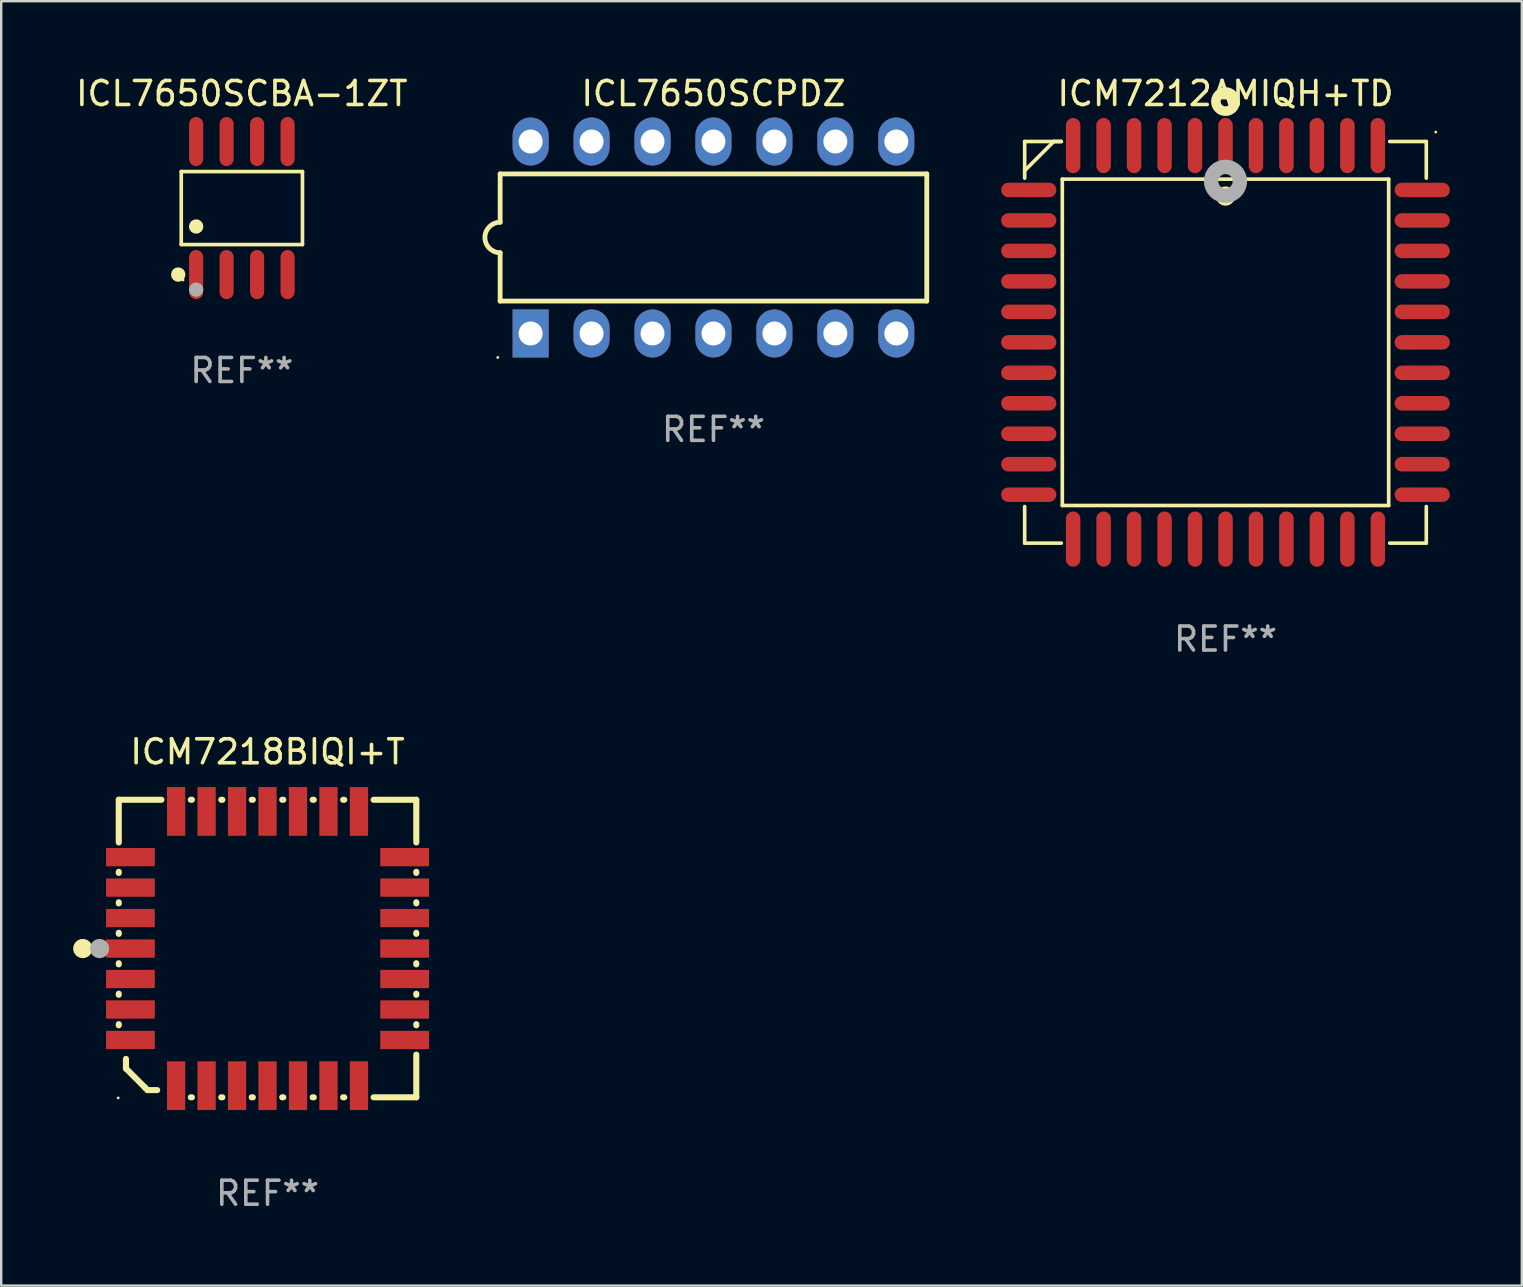
<source format=kicad_pcb>
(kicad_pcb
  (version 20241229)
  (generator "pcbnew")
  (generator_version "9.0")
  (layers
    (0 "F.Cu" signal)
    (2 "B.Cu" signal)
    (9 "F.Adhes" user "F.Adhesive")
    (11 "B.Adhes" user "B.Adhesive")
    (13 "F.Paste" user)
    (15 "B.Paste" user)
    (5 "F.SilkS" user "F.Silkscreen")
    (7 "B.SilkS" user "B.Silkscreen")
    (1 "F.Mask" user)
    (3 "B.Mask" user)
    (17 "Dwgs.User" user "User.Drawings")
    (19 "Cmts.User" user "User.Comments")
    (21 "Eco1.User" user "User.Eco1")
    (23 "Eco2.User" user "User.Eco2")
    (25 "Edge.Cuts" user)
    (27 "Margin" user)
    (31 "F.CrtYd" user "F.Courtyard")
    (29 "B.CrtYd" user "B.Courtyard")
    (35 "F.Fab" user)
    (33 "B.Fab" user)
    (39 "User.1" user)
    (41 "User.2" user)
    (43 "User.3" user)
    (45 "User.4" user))
  (footprint "ICL7650SCPDZ"
    (layer "F.Cu")
    (at 26.685 6.848)
    (property "Reference" "ICL7650SCPDZ" (at 0 -6 0) (layer "F.SilkS") (effects (font (size 1 1) (thickness 0.15))))
    (attr through_hole)
    (fp_line (start -8.89 -2.65) (end -8.89 -0.635) (stroke (width 0.2) (type solid)) (layer "F.SilkS"))
    (fp_line (start -8.89 0.635) (end -8.89 2.65) (stroke (width 0.2) (type solid)) (layer "F.SilkS"))
    (fp_line (start -8.89 2.65) (end 8.89 2.65) (stroke (width 0.2) (type solid)) (layer "F.SilkS"))
    (fp_line (start 8.89 -2.65) (end -8.89 -2.65) (stroke (width 0.2) (type solid)) (layer "F.SilkS"))
    (fp_line (start 8.89 2.65) (end 8.89 -2.65) (stroke (width 0.2) (type solid)) (layer "F.SilkS"))
    (fp_arc (start -8.890018 0.635001) (mid -9.525019 0) (end -8.890018 -0.635001) (stroke (width 0.2) (type solid)) (layer "F.SilkS"))
    (fp_circle (center -8.99 5) (end -8.96 5) (stroke (width 0.06) (type solid)) (fill no) (layer "F.SilkS"))
    (fp_text user "REF**" (at 0 8 0) (layer "F.Fab") (effects (font (size 1 1) (thickness 0.15))))
    (pad "1" thru_hole rect (at -7.62 4 90) (size 2 1.5) (drill 1) (layers "*.Cu" "*.Mask"))
    (pad "2" thru_hole oval (at -5.08 4 90) (size 2 1.5) (drill 1) (layers "*.Cu" "*.Mask"))
    (pad "3" thru_hole oval (at -2.54 4 90) (size 2 1.5) (drill 1) (layers "*.Cu" "*.Mask"))
    (pad "4" thru_hole oval (at 0 4 90) (size 2 1.5) (drill 1) (layers "*.Cu" "*.Mask"))
    (pad "5" thru_hole oval (at 2.54 4 90) (size 2 1.5) (drill 1) (layers "*.Cu" "*.Mask"))
    (pad "6" thru_hole oval (at 5.08 4 90) (size 2 1.5) (drill 1) (layers "*.Cu" "*.Mask"))
    (pad "7" thru_hole oval (at 7.62 4 90) (size 2 1.5) (drill 1) (layers "*.Cu" "*.Mask"))
    (pad "8" thru_hole oval (at 7.62 -4 90) (size 2 1.5) (drill 1) (layers "*.Cu" "*.Mask"))
    (pad "9" thru_hole oval (at 5.08 -4 90) (size 2 1.5) (drill 1) (layers "*.Cu" "*.Mask"))
    (pad "10" thru_hole oval (at 2.54 -4 90) (size 2 1.5) (drill 1) (layers "*.Cu" "*.Mask"))
    (pad "11" thru_hole oval (at 0 -4 90) (size 2 1.5) (drill 1) (layers "*.Cu" "*.Mask"))
    (pad "12" thru_hole oval (at -2.54 -4 90) (size 2 1.5) (drill 1) (layers "*.Cu" "*.Mask"))
    (pad "13" thru_hole oval (at -5.08 -4 90) (size 2 1.5) (drill 1) (layers "*.Cu" "*.Mask"))
    (pad "14" thru_hole oval (at -7.62 -4 90) (size 2 1.5) (drill 1) (layers "*.Cu" "*.Mask")))
  (footprint "ICM7212AMIQH+TD"
    (layer "F.Cu")
    (at 48.025 11.217)
    (property "Reference" "ICM7212AMIQH+TD" (at 0 -10.369 0) (layer "F.SilkS") (effects (font (size 1 1) (thickness 0.15))))
    (attr through_hole)
    (fp_line (start -8.369 -8.369) (end -8.369 -6.843) (stroke (width 0.152) (type solid)) (layer "F.SilkS"))
    (fp_line (start -8.369 8.369) (end -8.369 6.843) (stroke (width 0.152) (type solid)) (layer "F.SilkS"))
    (fp_line (start -7.156 -8.369) (end -8.369 -7.156) (stroke (width 0.152) (type solid)) (layer "F.SilkS"))
    (fp_line (start -6.843 -8.369) (end -8.369 -8.369) (stroke (width 0.152) (type solid)) (layer "F.SilkS"))
    (fp_line (start -6.843 -8.369) (end -7.156 -8.369) (stroke (width 0.152) (type solid)) (layer "F.SilkS"))
    (fp_line (start -6.843 8.369) (end -8.369 8.369) (stroke (width 0.152) (type solid)) (layer "F.SilkS"))
    (fp_line (start -6.801 -6.801) (end 6.801 -6.801) (stroke (width 0.152) (type solid)) (layer "F.SilkS"))
    (fp_line (start -6.801 6.801) (end -6.801 -6.801) (stroke (width 0.152) (type solid)) (layer "F.SilkS"))
    (fp_line (start 6.801 -6.801) (end 6.801 6.801) (stroke (width 0.152) (type solid)) (layer "F.SilkS"))
    (fp_line (start 6.801 6.801) (end -6.801 6.801) (stroke (width 0.152) (type solid)) (layer "F.SilkS"))
    (fp_line (start 6.843 -8.369) (end 8.369 -8.369) (stroke (width 0.152) (type solid)) (layer "F.SilkS"))
    (fp_line (start 6.843 8.369) (end 8.369 8.369) (stroke (width 0.152) (type solid)) (layer "F.SilkS"))
    (fp_line (start 8.369 -8.369) (end 8.369 -6.843) (stroke (width 0.152) (type solid)) (layer "F.SilkS"))
    (fp_line (start 8.369 8.369) (end 8.369 6.843) (stroke (width 0.152) (type solid)) (layer "F.SilkS"))
    (fp_circle (center -0.000013 -6.096) (end 0.2 -6.096) (stroke (width 0.4) (type solid)) (fill no) (layer "F.SilkS"))
    (fp_circle (center 0.000114 -10.033) (end 0.2 -10.033) (stroke (width 0.4) (type solid)) (fill no) (layer "F.SilkS"))
    (fp_circle (center 8.763 -8.763) (end 8.793 -8.763) (stroke (width 0.06) (type solid)) (fill no) (layer "F.SilkS"))
    (fp_circle (center 0.000114 -6.712) (end 0.3 -6.712) (stroke (width 0.6) (type solid)) (fill no) (layer "F.Fab"))
    (fp_text user "REF**" (at 0 12.369 0) (layer "F.Fab") (effects (font (size 1 1) (thickness 0.15))))
    (pad "1" smd oval (at 0.000114 -8.2) (size 0.604 2.3) (layers "F.Cu" "F.Mask" "F.Paste"))
    (pad "2" smd oval (at -1.27 -8.2) (size 0.604 2.3) (layers "F.Cu" "F.Mask" "F.Paste"))
    (pad "3" smd oval (at -2.54 -8.2) (size 0.604 2.3) (layers "F.Cu" "F.Mask" "F.Paste"))
    (pad "4" smd oval (at -3.81 -8.2) (size 0.604 2.3) (layers "F.Cu" "F.Mask" "F.Paste"))
    (pad "5" smd oval (at -5.08 -8.2) (size 0.604 2.3) (layers "F.Cu" "F.Mask" "F.Paste"))
    (pad "6" smd oval (at -6.35 -8.2) (size 0.604 2.3) (layers "F.Cu" "F.Mask" "F.Paste"))
    (pad "7" smd oval (at -8.2 -6.35) (size 2.3 0.604) (layers "F.Cu" "F.Mask" "F.Paste"))
    (pad "8" smd oval (at -8.2 -5.08) (size 2.3 0.604) (layers "F.Cu" "F.Mask" "F.Paste"))
    (pad "9" smd oval (at -8.2 -3.81) (size 2.3 0.604) (layers "F.Cu" "F.Mask" "F.Paste"))
    (pad "10" smd oval (at -8.2 -2.54) (size 2.3 0.604) (layers "F.Cu" "F.Mask" "F.Paste"))
    (pad "11" smd oval (at -8.2 -1.27) (size 2.3 0.604) (layers "F.Cu" "F.Mask" "F.Paste"))
    (pad "12" smd oval (at -8.2 0.000127) (size 2.3 0.604) (layers "F.Cu" "F.Mask" "F.Paste"))
    (pad "13" smd oval (at -8.2 1.27) (size 2.3 0.604) (layers "F.Cu" "F.Mask" "F.Paste"))
    (pad "14" smd oval (at -8.2 2.54) (size 2.3 0.604) (layers "F.Cu" "F.Mask" "F.Paste"))
    (pad "15" smd oval (at -8.2 3.81) (size 2.3 0.604) (layers "F.Cu" "F.Mask" "F.Paste"))
    (pad "16" smd oval (at -8.2 5.08) (size 2.3 0.604) (layers "F.Cu" "F.Mask" "F.Paste"))
    (pad "17" smd oval (at -8.2 6.35) (size 2.3 0.604) (layers "F.Cu" "F.Mask" "F.Paste"))
    (pad "18" smd oval (at -6.35 8.2) (size 0.604 2.3) (layers "F.Cu" "F.Mask" "F.Paste"))
    (pad "19" smd oval (at -5.08 8.2) (size 0.604 2.3) (layers "F.Cu" "F.Mask" "F.Paste"))
    (pad "20" smd oval (at -3.81 8.2) (size 0.604 2.3) (layers "F.Cu" "F.Mask" "F.Paste"))
    (pad "21" smd oval (at -2.54 8.2) (size 0.604 2.3) (layers "F.Cu" "F.Mask" "F.Paste"))
    (pad "22" smd oval (at -1.27 8.2) (size 0.604 2.3) (layers "F.Cu" "F.Mask" "F.Paste"))
    (pad "23" smd oval (at 0.000114 8.2) (size 0.604 2.3) (layers "F.Cu" "F.Mask" "F.Paste"))
    (pad "24" smd oval (at 1.27 8.2) (size 0.604 2.3) (layers "F.Cu" "F.Mask" "F.Paste"))
    (pad "25" smd oval (at 2.54 8.2) (size 0.604 2.3) (layers "F.Cu" "F.Mask" "F.Paste"))
    (pad "26" smd oval (at 3.81 8.2) (size 0.604 2.3) (layers "F.Cu" "F.Mask" "F.Paste"))
    (pad "27" smd oval (at 5.08 8.2) (size 0.604 2.3) (layers "F.Cu" "F.Mask" "F.Paste"))
    (pad "28" smd oval (at 6.35 8.2) (size 0.604 2.3) (layers "F.Cu" "F.Mask" "F.Paste"))
    (pad "29" smd oval (at 8.2 6.35) (size 2.3 0.604) (layers "F.Cu" "F.Mask" "F.Paste"))
    (pad "30" smd oval (at 8.2 5.08) (size 2.3 0.604) (layers "F.Cu" "F.Mask" "F.Paste"))
    (pad "31" smd oval (at 8.2 3.81) (size 2.3 0.604) (layers "F.Cu" "F.Mask" "F.Paste"))
    (pad "32" smd oval (at 8.2 2.54) (size 2.3 0.604) (layers "F.Cu" "F.Mask" "F.Paste"))
    (pad "33" smd oval (at 8.2 1.27) (size 2.3 0.604) (layers "F.Cu" "F.Mask" "F.Paste"))
    (pad "34" smd oval (at 8.2 0.000127) (size 2.3 0.604) (layers "F.Cu" "F.Mask" "F.Paste"))
    (pad "35" smd oval (at 8.2 -1.27) (size 2.3 0.604) (layers "F.Cu" "F.Mask" "F.Paste"))
    (pad "36" smd oval (at 8.2 -2.54) (size 2.3 0.604) (layers "F.Cu" "F.Mask" "F.Paste"))
    (pad "37" smd oval (at 8.2 -3.81) (size 2.3 0.604) (layers "F.Cu" "F.Mask" "F.Paste"))
    (pad "38" smd oval (at 8.2 -5.08) (size 2.3 0.604) (layers "F.Cu" "F.Mask" "F.Paste"))
    (pad "39" smd oval (at 8.2 -6.35) (size 2.3 0.604) (layers "F.Cu" "F.Mask" "F.Paste"))
    (pad "40" smd oval (at 6.35 -8.2) (size 0.604 2.3) (layers "F.Cu" "F.Mask" "F.Paste"))
    (pad "41" smd oval (at 5.08 -8.2) (size 0.604 2.3) (layers "F.Cu" "F.Mask" "F.Paste"))
    (pad "42" smd oval (at 3.81 -8.2) (size 0.604 2.3) (layers "F.Cu" "F.Mask" "F.Paste"))
    (pad "43" smd oval (at 2.54 -8.2) (size 0.604 2.3) (layers "F.Cu" "F.Mask" "F.Paste"))
    (pad "44" smd oval (at 1.27 -8.2) (size 0.604 2.3) (layers "F.Cu" "F.Mask" "F.Paste")))
  (footprint "ICM7218BIQI+T"
    (layer "F.Cu")
    (at 8.1 36.483)
    (property "Reference" "ICM7218BIQI+T" (at 0 -8.2 0) (layer "F.SilkS") (effects (font (size 1 1) (thickness 0.15))))
    (attr through_hole)
    (fp_line (start -6.2 -6.2) (end -4.422 -6.2) (stroke (width 0.254) (type solid)) (layer "F.SilkS"))
    (fp_line (start -6.2 -4.422) (end -6.2 -6.2) (stroke (width 0.254) (type solid)) (layer "F.SilkS"))
    (fp_line (start -6.2 -3.152) (end -6.2 -3.198) (stroke (width 0.254) (type solid)) (layer "F.SilkS"))
    (fp_line (start -6.2 -1.882) (end -6.2 -1.928) (stroke (width 0.254) (type solid)) (layer "F.SilkS"))
    (fp_line (start -6.2 -0.612) (end -6.2 -0.658) (stroke (width 0.254) (type solid)) (layer "F.SilkS"))
    (fp_line (start -6.2 0.658) (end -6.2 0.612) (stroke (width 0.254) (type solid)) (layer "F.SilkS"))
    (fp_line (start -6.2 1.928) (end -6.2 1.882) (stroke (width 0.254) (type solid)) (layer "F.SilkS"))
    (fp_line (start -6.2 3.198) (end -6.2 3.152) (stroke (width 0.254) (type solid)) (layer "F.SilkS"))
    (fp_line (start -5.9 4.6) (end -5.9 5) (stroke (width 0.254) (type solid)) (layer "F.SilkS"))
    (fp_line (start -5.9 5) (end -5.1 5.8) (stroke (width 0.254) (type solid)) (layer "F.SilkS"))
    (fp_line (start -5.1 5.8) (end -5 5.9) (stroke (width 0.254) (type solid)) (layer "F.SilkS"))
    (fp_line (start -5 5.9) (end -4.6 5.9) (stroke (width 0.254) (type solid)) (layer "F.SilkS"))
    (fp_line (start -3.198 -6.2) (end -3.152 -6.2) (stroke (width 0.254) (type solid)) (layer "F.SilkS"))
    (fp_line (start -3.152 6.2) (end -3.198 6.2) (stroke (width 0.254) (type solid)) (layer "F.SilkS"))
    (fp_line (start -1.928 -6.2) (end -1.882 -6.2) (stroke (width 0.254) (type solid)) (layer "F.SilkS"))
    (fp_line (start -1.882 6.2) (end -1.928 6.2) (stroke (width 0.254) (type solid)) (layer "F.SilkS"))
    (fp_line (start -0.658 -6.2) (end -0.612 -6.2) (stroke (width 0.254) (type solid)) (layer "F.SilkS"))
    (fp_line (start -0.612 6.2) (end -0.658 6.2) (stroke (width 0.254) (type solid)) (layer "F.SilkS"))
    (fp_line (start 0.612 -6.2) (end 0.658 -6.2) (stroke (width 0.254) (type solid)) (layer "F.SilkS"))
    (fp_line (start 0.658 6.2) (end 0.612 6.2) (stroke (width 0.254) (type solid)) (layer "F.SilkS"))
    (fp_line (start 1.882 -6.2) (end 1.928 -6.2) (stroke (width 0.254) (type solid)) (layer "F.SilkS"))
    (fp_line (start 1.928 6.2) (end 1.882 6.2) (stroke (width 0.254) (type solid)) (layer "F.SilkS"))
    (fp_line (start 3.152 -6.2) (end 3.198 -6.2) (stroke (width 0.254) (type solid)) (layer "F.SilkS"))
    (fp_line (start 3.198 6.2) (end 3.152 6.2) (stroke (width 0.254) (type solid)) (layer "F.SilkS"))
    (fp_line (start 4.422 -6.2) (end 6.2 -6.2) (stroke (width 0.254) (type solid)) (layer "F.SilkS"))
    (fp_line (start 6.2 -6.2) (end 6.2 -4.422) (stroke (width 0.254) (type solid)) (layer "F.SilkS"))
    (fp_line (start 6.2 -3.198) (end 6.2 -3.152) (stroke (width 0.254) (type solid)) (layer "F.SilkS"))
    (fp_line (start 6.2 -1.928) (end 6.2 -1.882) (stroke (width 0.254) (type solid)) (layer "F.SilkS"))
    (fp_line (start 6.2 -0.658) (end 6.2 -0.612) (stroke (width 0.254) (type solid)) (layer "F.SilkS"))
    (fp_line (start 6.2 0.612) (end 6.2 0.658) (stroke (width 0.254) (type solid)) (layer "F.SilkS"))
    (fp_line (start 6.2 1.882) (end 6.2 1.928) (stroke (width 0.254) (type solid)) (layer "F.SilkS"))
    (fp_line (start 6.2 3.152) (end 6.2 3.198) (stroke (width 0.254) (type solid)) (layer "F.SilkS"))
    (fp_line (start 6.2 4.422) (end 6.2 6.2) (stroke (width 0.254) (type solid)) (layer "F.SilkS"))
    (fp_line (start 6.2 6.2) (end 4.422 6.2) (stroke (width 0.254) (type solid)) (layer "F.SilkS"))
    (fp_circle (center -7.7 0) (end -7.5 0) (stroke (width 0.4) (type solid)) (fill no) (layer "F.SilkS"))
    (fp_circle (center -6.225 6.225) (end -6.195 6.225) (stroke (width 0.06) (type solid)) (fill no) (layer "F.SilkS"))
    (fp_circle (center -7 0) (end -6.8 0) (stroke (width 0.4) (type solid)) (fill no) (layer "F.Fab"))
    (fp_text user "REF**" (at 0 10.2 0) (layer "F.Fab") (effects (font (size 1 1) (thickness 0.15))))
    (pad "1" smd rect (at -5.715 0) (size 2.032 0.762) (layers "F.Cu" "F.Mask" "F.Paste"))
    (pad "2" smd rect (at -5.715 1.27) (size 2.032 0.762) (layers "F.Cu" "F.Mask" "F.Paste"))
    (pad "3" smd rect (at -5.715 2.54) (size 2.032 0.762) (layers "F.Cu" "F.Mask" "F.Paste"))
    (pad "4" smd rect (at -5.715 3.81) (size 2.032 0.762) (layers "F.Cu" "F.Mask" "F.Paste"))
    (pad "5" smd rect (at -3.81 5.715) (size 0.762 2.032) (layers "F.Cu" "F.Mask" "F.Paste"))
    (pad "6" smd rect (at -2.54 5.715) (size 0.762 2.032) (layers "F.Cu" "F.Mask" "F.Paste"))
    (pad "7" smd rect (at -1.27 5.715) (size 0.762 2.032) (layers "F.Cu" "F.Mask" "F.Paste"))
    (pad "8" smd rect (at 0 5.715) (size 0.762 2.032) (layers "F.Cu" "F.Mask" "F.Paste"))
    (pad "9" smd rect (at 1.27 5.715) (size 0.762 2.032) (layers "F.Cu" "F.Mask" "F.Paste"))
    (pad "10" smd rect (at 2.54 5.715) (size 0.762 2.032) (layers "F.Cu" "F.Mask" "F.Paste"))
    (pad "11" smd rect (at 3.81 5.715) (size 0.762 2.032) (layers "F.Cu" "F.Mask" "F.Paste"))
    (pad "12" smd rect (at 5.715 3.81) (size 2.032 0.762) (layers "F.Cu" "F.Mask" "F.Paste"))
    (pad "13" smd rect (at 5.715 2.54) (size 2.032 0.762) (layers "F.Cu" "F.Mask" "F.Paste"))
    (pad "14" smd rect (at 5.715 1.27) (size 2.032 0.762) (layers "F.Cu" "F.Mask" "F.Paste"))
    (pad "15" smd rect (at 5.715 0) (size 2.032 0.762) (layers "F.Cu" "F.Mask" "F.Paste"))
    (pad "16" smd rect (at 5.715 -1.27) (size 2.032 0.762) (layers "F.Cu" "F.Mask" "F.Paste"))
    (pad "17" smd rect (at 5.715 -2.54) (size 2.032 0.762) (layers "F.Cu" "F.Mask" "F.Paste"))
    (pad "18" smd rect (at 5.715 -3.81) (size 2.032 0.762) (layers "F.Cu" "F.Mask" "F.Paste"))
    (pad "19" smd rect (at 3.81 -5.715) (size 0.762 2.032) (layers "F.Cu" "F.Mask" "F.Paste"))
    (pad "20" smd rect (at 2.54 -5.715) (size 0.762 2.032) (layers "F.Cu" "F.Mask" "F.Paste"))
    (pad "21" smd rect (at 1.27 -5.715) (size 0.762 2.032) (layers "F.Cu" "F.Mask" "F.Paste"))
    (pad "22" smd rect (at 0 -5.715) (size 0.762 2.032) (layers "F.Cu" "F.Mask" "F.Paste"))
    (pad "23" smd rect (at -1.27 -5.715) (size 0.762 2.032) (layers "F.Cu" "F.Mask" "F.Paste"))
    (pad "24" smd rect (at -2.54 -5.715) (size 0.762 2.032) (layers "F.Cu" "F.Mask" "F.Paste"))
    (pad "25" smd rect (at -3.81 -5.715) (size 0.762 2.032) (layers "F.Cu" "F.Mask" "F.Paste"))
    (pad "26" smd rect (at -5.715 -3.81) (size 2.032 0.762) (layers "F.Cu" "F.Mask" "F.Paste"))
    (pad "27" smd rect (at -5.715 -2.54) (size 2.032 0.762) (layers "F.Cu" "F.Mask" "F.Paste"))
    (pad "28" smd rect (at -5.715 -1.27) (size 2.032 0.762) (layers "F.Cu" "F.Mask" "F.Paste")))
  (footprint "ICL7650SCBA-1ZT"
    (layer "F.Cu")
    (at 7.03 5.621)
    (property "Reference" "ICL7650SCBA-1ZT" (at 0 -4.772 0) (layer "F.SilkS") (effects (font (size 1 1) (thickness 0.15))))
    (attr through_hole)
    (fp_line (start -2.526 -1.521) (end 2.526 -1.521) (stroke (width 0.152) (type solid)) (layer "F.SilkS"))
    (fp_line (start -2.526 1.521) (end -2.526 -1.521) (stroke (width 0.152) (type solid)) (layer "F.SilkS"))
    (fp_line (start 2.526 -1.521) (end 2.526 1.521) (stroke (width 0.152) (type solid)) (layer "F.SilkS"))
    (fp_line (start 2.526 1.521) (end -2.526 1.521) (stroke (width 0.152) (type solid)) (layer "F.SilkS"))
    (fp_circle (center -2.652 2.772) (end -2.501 2.772) (stroke (width 0.3) (type solid)) (fill no) (layer "F.SilkS"))
    (fp_circle (center -2.45 3) (end -2.42 3) (stroke (width 0.06) (type solid)) (fill no) (layer "F.SilkS"))
    (fp_circle (center -1.905 0.769) (end -1.755 0.769) (stroke (width 0.3) (type solid)) (fill no) (layer "F.SilkS"))
    (fp_circle (center -1.905 3.4) (end -1.755 3.4) (stroke (width 0.3) (type solid)) (fill no) (layer "F.Fab"))
    (fp_text user "REF**" (at 0 6.772 0) (layer "F.Fab") (effects (font (size 1 1) (thickness 0.15))))
    (pad "1" smd oval (at -1.905 2.772) (size 0.588 2.045) (layers "F.Cu" "F.Mask" "F.Paste"))
    (pad "2" smd oval (at -0.635 2.772) (size 0.588 2.045) (layers "F.Cu" "F.Mask" "F.Paste"))
    (pad "3" smd oval (at 0.635 2.772) (size 0.588 2.045) (layers "F.Cu" "F.Mask" "F.Paste"))
    (pad "4" smd oval (at 1.905 2.772) (size 0.588 2.045) (layers "F.Cu" "F.Mask" "F.Paste"))
    (pad "5" smd oval (at 1.905 -2.772) (size 0.588 2.045) (layers "F.Cu" "F.Mask" "F.Paste"))
    (pad "6" smd oval (at 0.635 -2.772) (size 0.588 2.045) (layers "F.Cu" "F.Mask" "F.Paste"))
    (pad "7" smd oval (at -0.635 -2.772) (size 0.588 2.045) (layers "F.Cu" "F.Mask" "F.Paste"))
    (pad "8" smd oval (at -1.905 -2.772) (size 0.588 2.045) (layers "F.Cu" "F.Mask" "F.Paste")))
  (gr_rect
    (start -3 -3)
    (end 60.375 50.531)
    (stroke (width 0.1) (type default))
    (fill no)
    (layer "Edge.Cuts")))
</source>
